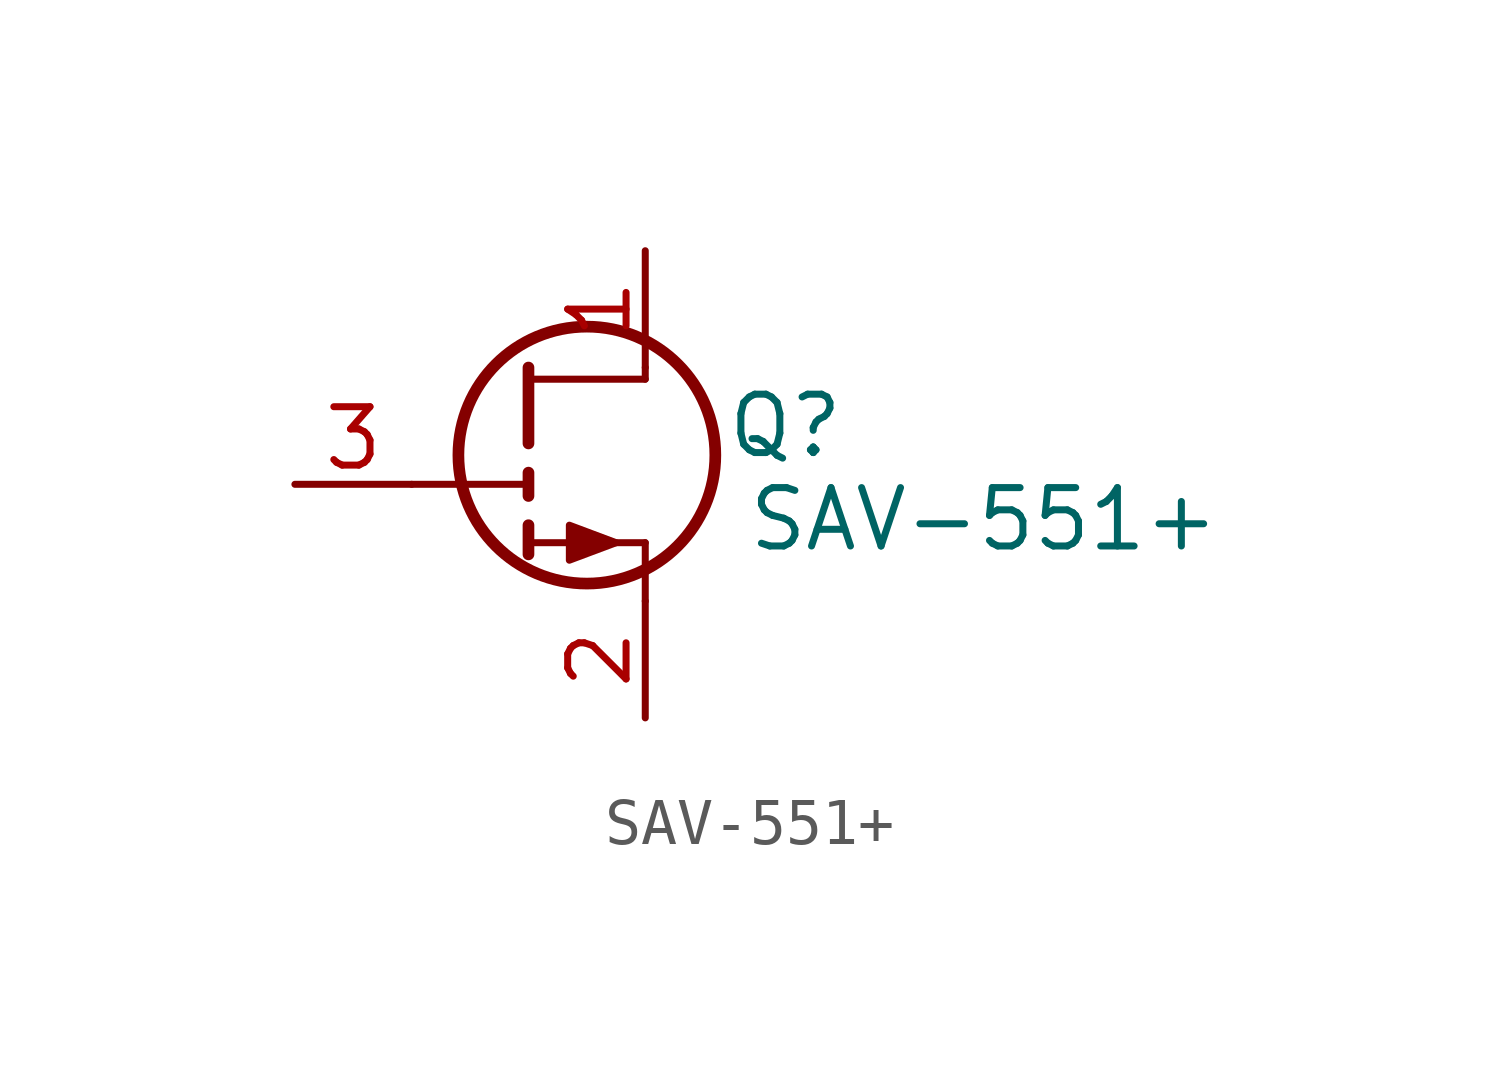
<source format=kicad_sym>
(kicad_symbol_lib
  (version 20241209)
  (generator "kicad_symbol_editor")
  (generator_version "9.0")
  (symbol "SAV-551+"
    (pin_names
      (hide yes))
    (property "Reference" "Q"
      (at 5.588 1.27 0)
      (effects (font (size 1.27 1.27))))
    (property "Value" "SAV-551+"
      (at 9.906 -0.762 0)
      (effects (font (size 1.27 1.27))))
    (symbol "SAV-551+_0_1"
      (polyline (pts (xy 0 2.286) (xy 2.54 2.286)) (stroke (width 0) (type default)) (fill (type none)))
      (polyline (pts (xy 0 0) (xy -2.54 0)) (stroke (width 0) (type default)) (fill (type none)))
      (circle (center 1.27 0.635) (radius 2.794) (stroke (width 0.254) (type default)) (fill (type none)))
      (polyline (pts (xy 1.905 -1.27) (xy 0.889 -0.889) (xy 0.889 -1.651) (xy 1.905 -1.27)) (stroke (width 0) (type default)) (fill (type outline)))
      (polyline (pts (xy 2.54 2.286) (xy 2.54 2.54)) (stroke (width 0) (type default)) (fill (type none)))
      (polyline (pts (xy 2.54 -1.27) (xy 0 -1.27)) (stroke (width 0) (type default)) (fill (type none)))
      (polyline (pts (xy 2.54 -2.54) (xy 2.54 -1.27)) (stroke (width 0) (type default)) (fill (type none))))
    (symbol "SAV-551+_1_1"
      (polyline (pts (xy 0 0.889) (xy 0 2.54)) (stroke (width 0.254) (type default)) (fill (type none)))
      (polyline (pts (xy 0 0.254) (xy 0 -0.254)) (stroke (width 0.254) (type default)) (fill (type none)))
      (polyline (pts (xy 0 -0.889) (xy 0 -1.524)) (stroke (width 0.254) (type default)) (fill (type none)))
      (pin input line (at -5.08 0 0) (length 2.54) (name "G" (effects (font (size 1.27 1.27)))) (number "3" (effects (font (size 1.27 1.27)))))
      (pin passive line (at 2.54 5.08 270) (length 2.54) (name "D" (effects (font (size 1.27 1.27)))) (number "1" (effects (font (size 1.27 1.27)))))
      (pin passive line (at 2.54 -5.08 90) (length 2.54) (name "S" (effects (font (size 1.27 1.27)))) (number "2" (effects (font (size 1.27 1.27)))))
      (pin passive line (at 2.54 -5.08 90) (length 2.54) (hide yes) (name "S" (effects (font (size 1.27 1.27)))) (number "4" (effects (font (size 1.27 1.27))))))))
</source>
